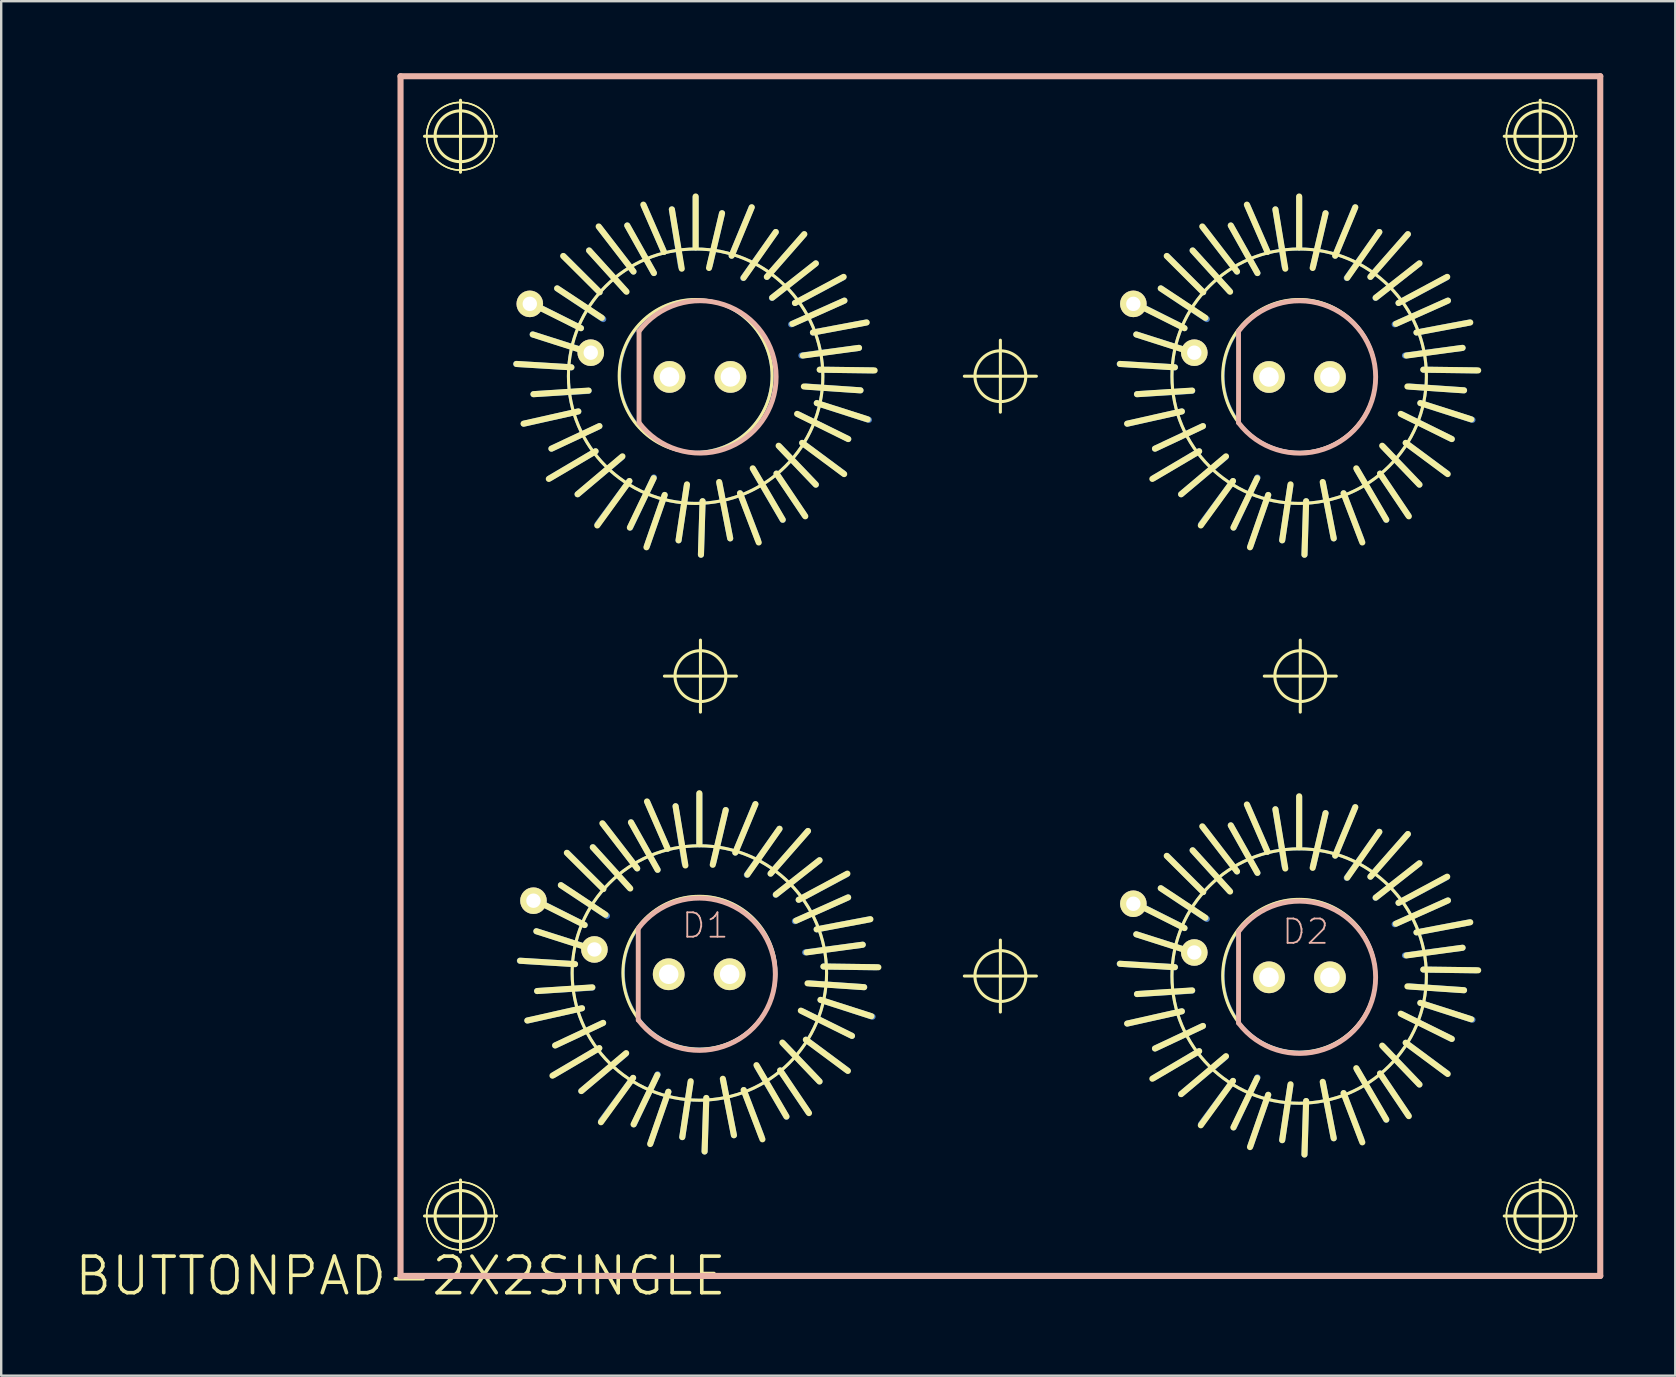
<source format=kicad_pcb>
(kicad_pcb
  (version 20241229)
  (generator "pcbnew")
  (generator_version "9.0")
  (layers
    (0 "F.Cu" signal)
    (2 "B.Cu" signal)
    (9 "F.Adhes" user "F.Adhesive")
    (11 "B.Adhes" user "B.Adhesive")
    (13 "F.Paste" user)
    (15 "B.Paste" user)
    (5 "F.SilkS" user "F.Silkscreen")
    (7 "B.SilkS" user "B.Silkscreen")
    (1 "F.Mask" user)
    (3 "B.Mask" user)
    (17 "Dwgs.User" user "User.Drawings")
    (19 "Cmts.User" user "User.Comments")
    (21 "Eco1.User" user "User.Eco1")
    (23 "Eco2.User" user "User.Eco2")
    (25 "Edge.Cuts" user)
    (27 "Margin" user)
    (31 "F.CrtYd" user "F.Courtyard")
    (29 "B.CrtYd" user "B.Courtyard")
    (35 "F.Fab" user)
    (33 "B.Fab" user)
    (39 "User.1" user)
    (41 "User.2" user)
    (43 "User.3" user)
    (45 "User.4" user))
  (footprint "BUTTONPAD-2X2SINGLE"
    (layer "F.Cu")
    (at 13.643 50.127)
    (property "Reference" "BUTTONPAD-2X2SINGLE" (at 0 0 0) (layer "F.SilkS") (effects (font (size 1.524 1.524) (thickness 0.15))))
    (attr exclude_from_pos_files exclude_from_bom)
    (fp_line (start 4.818 -38.009) (end 7.12 -37.869) (stroke (width 0.254) (type solid)) (layer "B.Cu"))
    (fp_line (start 4.973 -13.137) (end 7.272 -12.995) (stroke (width 0.254) (type solid)) (layer "B.Cu"))
    (fp_line (start 5.138 -35.519) (end 7.409 -36.03) (stroke (width 0.254) (type solid)) (layer "B.Cu"))
    (fp_line (start 5.293 -10.645) (end 7.562 -11.156) (stroke (width 0.254) (type solid)) (layer "B.Cu"))
    (fp_line (start 5.458 -40.538) (end 7.518 -39.5) (stroke (width 0.254) (type solid)) (layer "B.Cu"))
    (fp_line (start 5.613 -15.667) (end 7.673 -14.625) (stroke (width 0.254) (type solid)) (layer "B.Cu"))
    (fp_line (start 6.228 -33.249) (end 8.128 -34.369) (stroke (width 0.254) (type solid)) (layer "B.Cu"))
    (fp_line (start 6.383 -8.377) (end 8.283 -9.495) (stroke (width 0.254) (type solid)) (layer "B.Cu"))
    (fp_line (start 6.8 -42.499) (end 8.298 -40.998) (stroke (width 0.254) (type solid)) (layer "B.Cu"))
    (fp_line (start 6.952 -17.625) (end 8.453 -16.126) (stroke (width 0.254) (type solid)) (layer "B.Cu"))
    (fp_line (start 7.838 -38.499) (end 5.509 -39.238) (stroke (width 0.254) (type solid)) (layer "B.Cu"))
    (fp_line (start 7.838 -36.888) (end 5.54 -36.749) (stroke (width 0.254) (type solid)) (layer "B.Cu"))
    (fp_line (start 7.993 -13.625) (end 5.662 -14.366) (stroke (width 0.254) (type solid)) (layer "B.Cu"))
    (fp_line (start 7.993 -12.017) (end 5.692 -11.874) (stroke (width 0.254) (type solid)) (layer "B.Cu"))
    (fp_line (start 8.209 -31.328) (end 9.538 -33.129) (stroke (width 0.254) (type solid)) (layer "B.Cu"))
    (fp_line (start 8.288 -43.698) (end 9.708 -41.859) (stroke (width 0.254) (type solid)) (layer "B.Cu"))
    (fp_line (start 8.288 -35.418) (end 6.289 -34.478) (stroke (width 0.254) (type solid)) (layer "B.Cu"))
    (fp_line (start 8.362 -6.457) (end 9.693 -8.255) (stroke (width 0.254) (type solid)) (layer "B.Cu"))
    (fp_line (start 8.443 -18.826) (end 9.863 -16.985) (stroke (width 0.254) (type solid)) (layer "B.Cu"))
    (fp_line (start 8.443 -10.546) (end 6.444 -9.606) (stroke (width 0.254) (type solid)) (layer "B.Cu"))
    (fp_line (start 8.448 -39.878) (end 6.528 -41.158) (stroke (width 0.254) (type solid)) (layer "B.Cu"))
    (fp_line (start 8.603 -15.006) (end 6.683 -16.286) (stroke (width 0.254) (type solid)) (layer "B.Cu"))
    (fp_line (start 9.228 -34.13) (end 7.379 -32.578) (stroke (width 0.254) (type solid)) (layer "B.Cu"))
    (fp_line (start 9.383 -9.256) (end 7.534 -7.706) (stroke (width 0.254) (type solid)) (layer "B.Cu"))
    (fp_line (start 9.388 -41.049) (end 7.859 -42.738) (stroke (width 0.254) (type solid)) (layer "B.Cu"))
    (fp_line (start 9.543 -16.175) (end 8.014 -17.866) (stroke (width 0.254) (type solid)) (layer "B.Cu"))
    (fp_line (start 10.14 -44.607) (end 10.978 -42.68) (stroke (width 0.254) (type solid)) (layer "B.Cu"))
    (fp_line (start 10.269 -30.419) (end 11.008 -32.548) (stroke (width 0.254) (type solid)) (layer "B.Cu"))
    (fp_line (start 10.292 -19.736) (end 11.133 -17.805) (stroke (width 0.254) (type solid)) (layer "B.Cu"))
    (fp_line (start 10.422 -5.545) (end 11.163 -7.676) (stroke (width 0.254) (type solid)) (layer "B.Cu"))
    (fp_line (start 10.559 -41.798) (end 9.449 -43.779) (stroke (width 0.254) (type solid)) (layer "B.Cu"))
    (fp_line (start 10.559 -33.279) (end 9.568 -31.189) (stroke (width 0.254) (type solid)) (layer "B.Cu"))
    (fp_line (start 10.714 -16.927) (end 9.604 -18.905) (stroke (width 0.254) (type solid)) (layer "B.Cu"))
    (fp_line (start 10.714 -8.405) (end 9.723 -6.317) (stroke (width 0.254) (type solid)) (layer "B.Cu"))
    (fp_line (start 11.689 -42.067) (end 11.308 -44.45) (stroke (width 0.254) (type solid)) (layer "B.Cu"))
    (fp_line (start 11.841 -17.196) (end 11.463 -19.576) (stroke (width 0.254) (type solid)) (layer "B.Cu"))
    (fp_line (start 11.928 -32.929) (end 11.587 -30.658) (stroke (width 0.254) (type solid)) (layer "B.Cu"))
    (fp_line (start 12.083 -8.057) (end 11.742 -5.786) (stroke (width 0.254) (type solid)) (layer "B.Cu"))
    (fp_line (start 12.299 -44.958) (end 12.299 -42.868) (stroke (width 0.254) (type solid)) (layer "B.Cu"))
    (fp_line (start 12.454 -20.086) (end 12.454 -17.996) (stroke (width 0.254) (type solid)) (layer "B.Cu"))
    (fp_line (start 12.52 -30.058) (end 12.588 -32.288) (stroke (width 0.254) (type solid)) (layer "B.Cu"))
    (fp_line (start 12.672 -5.187) (end 12.743 -7.417) (stroke (width 0.254) (type solid)) (layer "B.Cu"))
    (fp_line (start 12.888 -42.118) (end 13.399 -44.29) (stroke (width 0.254) (type solid)) (layer "B.Cu"))
    (fp_line (start 13.043 -17.247) (end 13.553 -19.416) (stroke (width 0.254) (type solid)) (layer "B.Cu"))
    (fp_line (start 13.289 -33.038) (end 13.739 -30.739) (stroke (width 0.254) (type solid)) (layer "B.Cu"))
    (fp_line (start 13.442 -8.166) (end 13.894 -5.865) (stroke (width 0.254) (type solid)) (layer "B.Cu"))
    (fp_line (start 14.28 -41.59) (end 15.639 -43.508) (stroke (width 0.254) (type solid)) (layer "B.Cu"))
    (fp_line (start 14.432 -16.716) (end 15.794 -18.636) (stroke (width 0.254) (type solid)) (layer "B.Cu"))
    (fp_line (start 14.628 -44.529) (end 13.8 -42.52) (stroke (width 0.254) (type solid)) (layer "B.Cu"))
    (fp_line (start 14.709 -33.599) (end 15.928 -31.509) (stroke (width 0.254) (type solid)) (layer "B.Cu"))
    (fp_line (start 14.783 -19.655) (end 13.952 -17.645) (stroke (width 0.254) (type solid)) (layer "B.Cu"))
    (fp_line (start 14.862 -8.725) (end 16.083 -6.634) (stroke (width 0.254) (type solid)) (layer "B.Cu"))
    (fp_line (start 14.889 -30.688) (end 14.148 -32.619) (stroke (width 0.254) (type solid)) (layer "B.Cu"))
    (fp_line (start 15.042 -5.817) (end 14.303 -7.747) (stroke (width 0.254) (type solid)) (layer "B.Cu"))
    (fp_line (start 15.479 -40.759) (end 17.308 -42.2) (stroke (width 0.254) (type solid)) (layer "B.Cu"))
    (fp_line (start 15.634 -15.885) (end 17.462 -17.325) (stroke (width 0.254) (type solid)) (layer "B.Cu"))
    (fp_line (start 15.799 -34.559) (end 17.308 -32.979) (stroke (width 0.254) (type solid)) (layer "B.Cu"))
    (fp_line (start 15.954 -9.685) (end 17.462 -8.105) (stroke (width 0.254) (type solid)) (layer "B.Cu"))
    (fp_line (start 16.279 -39.66) (end 18.499 -40.648) (stroke (width 0.254) (type solid)) (layer "B.Cu"))
    (fp_line (start 16.434 -14.785) (end 18.654 -15.776) (stroke (width 0.254) (type solid)) (layer "B.Cu"))
    (fp_line (start 16.599 -35.898) (end 18.659 -34.879) (stroke (width 0.254) (type solid)) (layer "B.Cu"))
    (fp_line (start 16.708 -38.359) (end 19.108 -38.679) (stroke (width 0.254) (type solid)) (layer "B.Cu"))
    (fp_line (start 16.754 -11.026) (end 18.814 -10.005) (stroke (width 0.254) (type solid)) (layer "B.Cu"))
    (fp_line (start 16.82 -43.409) (end 15.268 -41.638) (stroke (width 0.254) (type solid)) (layer "B.Cu"))
    (fp_line (start 16.838 -31.699) (end 15.669 -33.439) (stroke (width 0.254) (type solid)) (layer "B.Cu"))
    (fp_line (start 16.863 -13.485) (end 19.263 -13.805) (stroke (width 0.254) (type solid)) (layer "B.Cu"))
    (fp_line (start 16.899 -37.069) (end 19.169 -36.909) (stroke (width 0.254) (type solid)) (layer "B.Cu"))
    (fp_line (start 16.972 -18.537) (end 15.423 -16.767) (stroke (width 0.254) (type solid)) (layer "B.Cu"))
    (fp_line (start 16.993 -6.825) (end 15.822 -8.565) (stroke (width 0.254) (type solid)) (layer "B.Cu"))
    (fp_line (start 17.054 -12.195) (end 19.322 -12.035) (stroke (width 0.254) (type solid)) (layer "B.Cu"))
    (fp_line (start 18.448 -41.618) (end 16.439 -40.549) (stroke (width 0.254) (type solid)) (layer "B.Cu"))
    (fp_line (start 18.468 -33.439) (end 16.739 -34.719) (stroke (width 0.254) (type solid)) (layer "B.Cu"))
    (fp_line (start 18.603 -16.746) (end 16.594 -15.677) (stroke (width 0.254) (type solid)) (layer "B.Cu"))
    (fp_line (start 18.623 -8.565) (end 16.894 -9.845) (stroke (width 0.254) (type solid)) (layer "B.Cu"))
    (fp_line (start 19.408 -39.738) (end 17.188 -39.319) (stroke (width 0.254) (type solid)) (layer "B.Cu"))
    (fp_line (start 19.52 -35.679) (end 17.348 -36.378) (stroke (width 0.254) (type solid)) (layer "B.Cu"))
    (fp_line (start 19.563 -14.867) (end 17.343 -14.445) (stroke (width 0.254) (type solid)) (layer "B.Cu"))
    (fp_line (start 19.672 -10.805) (end 17.503 -11.506) (stroke (width 0.254) (type solid)) (layer "B.Cu"))
    (fp_line (start 19.68 -37.739) (end 17.478 -37.77) (stroke (width 0.254) (type solid)) (layer "B.Cu"))
    (fp_line (start 19.832 -12.865) (end 17.633 -12.896) (stroke (width 0.254) (type solid)) (layer "B.Cu"))
    (fp_line (start 29.972 -38.009) (end 32.273 -37.869) (stroke (width 0.254) (type solid)) (layer "B.Cu"))
    (fp_line (start 29.972 -13.01) (end 32.273 -12.868) (stroke (width 0.254) (type solid)) (layer "B.Cu"))
    (fp_line (start 30.292 -35.519) (end 32.563 -36.03) (stroke (width 0.254) (type solid)) (layer "B.Cu"))
    (fp_line (start 30.292 -10.518) (end 32.563 -11.029) (stroke (width 0.254) (type solid)) (layer "B.Cu"))
    (fp_line (start 30.612 -40.538) (end 32.672 -39.5) (stroke (width 0.254) (type solid)) (layer "B.Cu"))
    (fp_line (start 30.612 -15.54) (end 32.672 -14.498) (stroke (width 0.254) (type solid)) (layer "B.Cu"))
    (fp_line (start 31.382 -33.249) (end 33.282 -34.369) (stroke (width 0.254) (type solid)) (layer "B.Cu"))
    (fp_line (start 31.382 -8.25) (end 33.282 -9.368) (stroke (width 0.254) (type solid)) (layer "B.Cu"))
    (fp_line (start 31.953 -42.499) (end 33.452 -40.998) (stroke (width 0.254) (type solid)) (layer "B.Cu"))
    (fp_line (start 31.953 -17.498) (end 33.452 -15.999) (stroke (width 0.254) (type solid)) (layer "B.Cu"))
    (fp_line (start 32.992 -38.499) (end 30.663 -39.238) (stroke (width 0.254) (type solid)) (layer "B.Cu"))
    (fp_line (start 32.992 -36.888) (end 30.693 -36.749) (stroke (width 0.254) (type solid)) (layer "B.Cu"))
    (fp_line (start 32.992 -13.498) (end 30.663 -14.239) (stroke (width 0.254) (type solid)) (layer "B.Cu"))
    (fp_line (start 32.992 -11.89) (end 30.693 -11.748) (stroke (width 0.254) (type solid)) (layer "B.Cu"))
    (fp_line (start 33.363 -31.328) (end 34.694 -33.129) (stroke (width 0.254) (type solid)) (layer "B.Cu"))
    (fp_line (start 33.363 -6.33) (end 34.694 -8.128) (stroke (width 0.254) (type solid)) (layer "B.Cu"))
    (fp_line (start 33.442 -43.698) (end 34.861 -41.859) (stroke (width 0.254) (type solid)) (layer "B.Cu"))
    (fp_line (start 33.442 -35.418) (end 31.443 -34.478) (stroke (width 0.254) (type solid)) (layer "B.Cu"))
    (fp_line (start 33.442 -18.699) (end 34.861 -16.858) (stroke (width 0.254) (type solid)) (layer "B.Cu"))
    (fp_line (start 33.442 -10.419) (end 31.443 -9.479) (stroke (width 0.254) (type solid)) (layer "B.Cu"))
    (fp_line (start 33.602 -39.878) (end 31.684 -41.158) (stroke (width 0.254) (type solid)) (layer "B.Cu"))
    (fp_line (start 33.602 -14.879) (end 31.684 -16.159) (stroke (width 0.254) (type solid)) (layer "B.Cu"))
    (fp_line (start 34.384 -34.13) (end 32.532 -32.578) (stroke (width 0.254) (type solid)) (layer "B.Cu"))
    (fp_line (start 34.384 -9.129) (end 32.532 -7.579) (stroke (width 0.254) (type solid)) (layer "B.Cu"))
    (fp_line (start 34.544 -41.049) (end 33.012 -42.738) (stroke (width 0.254) (type solid)) (layer "B.Cu"))
    (fp_line (start 34.544 -16.048) (end 33.012 -17.739) (stroke (width 0.254) (type solid)) (layer "B.Cu"))
    (fp_line (start 35.293 -44.607) (end 36.132 -42.68) (stroke (width 0.254) (type solid)) (layer "B.Cu"))
    (fp_line (start 35.293 -19.609) (end 36.132 -17.678) (stroke (width 0.254) (type solid)) (layer "B.Cu"))
    (fp_line (start 35.423 -30.419) (end 36.162 -32.548) (stroke (width 0.254) (type solid)) (layer "B.Cu"))
    (fp_line (start 35.423 -5.418) (end 36.162 -7.549) (stroke (width 0.254) (type solid)) (layer "B.Cu"))
    (fp_line (start 35.712 -41.798) (end 34.602 -43.779) (stroke (width 0.254) (type solid)) (layer "B.Cu"))
    (fp_line (start 35.712 -33.279) (end 34.722 -31.189) (stroke (width 0.254) (type solid)) (layer "B.Cu"))
    (fp_line (start 35.712 -16.8) (end 34.602 -18.778) (stroke (width 0.254) (type solid)) (layer "B.Cu"))
    (fp_line (start 35.712 -8.278) (end 34.722 -6.19) (stroke (width 0.254) (type solid)) (layer "B.Cu"))
    (fp_line (start 36.843 -42.067) (end 36.462 -44.45) (stroke (width 0.254) (type solid)) (layer "B.Cu"))
    (fp_line (start 36.843 -17.069) (end 36.462 -19.449) (stroke (width 0.254) (type solid)) (layer "B.Cu"))
    (fp_line (start 37.084 -32.929) (end 36.744 -30.658) (stroke (width 0.254) (type solid)) (layer "B.Cu"))
    (fp_line (start 37.084 -7.93) (end 36.744 -5.659) (stroke (width 0.254) (type solid)) (layer "B.Cu"))
    (fp_line (start 37.452 -44.958) (end 37.452 -42.868) (stroke (width 0.254) (type solid)) (layer "B.Cu"))
    (fp_line (start 37.452 -19.959) (end 37.452 -17.869) (stroke (width 0.254) (type solid)) (layer "B.Cu"))
    (fp_line (start 37.673 -30.058) (end 37.742 -32.288) (stroke (width 0.254) (type solid)) (layer "B.Cu"))
    (fp_line (start 37.673 -5.06) (end 37.742 -7.29) (stroke (width 0.254) (type solid)) (layer "B.Cu"))
    (fp_line (start 38.042 -42.118) (end 38.552 -44.29) (stroke (width 0.254) (type solid)) (layer "B.Cu"))
    (fp_line (start 38.042 -17.12) (end 38.552 -19.289) (stroke (width 0.254) (type solid)) (layer "B.Cu"))
    (fp_line (start 38.443 -33.038) (end 38.892 -30.739) (stroke (width 0.254) (type solid)) (layer "B.Cu"))
    (fp_line (start 38.443 -8.039) (end 38.892 -5.738) (stroke (width 0.254) (type solid)) (layer "B.Cu"))
    (fp_line (start 39.434 -41.59) (end 40.792 -43.508) (stroke (width 0.254) (type solid)) (layer "B.Cu"))
    (fp_line (start 39.434 -16.589) (end 40.792 -18.509) (stroke (width 0.254) (type solid)) (layer "B.Cu"))
    (fp_line (start 39.781 -44.529) (end 38.953 -42.52) (stroke (width 0.254) (type solid)) (layer "B.Cu"))
    (fp_line (start 39.781 -19.528) (end 38.953 -17.518) (stroke (width 0.254) (type solid)) (layer "B.Cu"))
    (fp_line (start 39.863 -33.599) (end 41.082 -31.509) (stroke (width 0.254) (type solid)) (layer "B.Cu"))
    (fp_line (start 39.863 -8.598) (end 41.082 -6.507) (stroke (width 0.254) (type solid)) (layer "B.Cu"))
    (fp_line (start 40.043 -30.688) (end 39.304 -32.619) (stroke (width 0.254) (type solid)) (layer "B.Cu"))
    (fp_line (start 40.043 -5.69) (end 39.304 -7.62) (stroke (width 0.254) (type solid)) (layer "B.Cu"))
    (fp_line (start 40.632 -40.759) (end 42.464 -42.2) (stroke (width 0.254) (type solid)) (layer "B.Cu"))
    (fp_line (start 40.632 -15.758) (end 42.464 -17.198) (stroke (width 0.254) (type solid)) (layer "B.Cu"))
    (fp_line (start 40.952 -34.559) (end 42.464 -32.979) (stroke (width 0.254) (type solid)) (layer "B.Cu"))
    (fp_line (start 40.952 -9.558) (end 42.464 -7.978) (stroke (width 0.254) (type solid)) (layer "B.Cu"))
    (fp_line (start 41.432 -39.66) (end 43.652 -40.648) (stroke (width 0.254) (type solid)) (layer "B.Cu"))
    (fp_line (start 41.432 -14.658) (end 43.652 -15.649) (stroke (width 0.254) (type solid)) (layer "B.Cu"))
    (fp_line (start 41.753 -35.898) (end 43.812 -34.879) (stroke (width 0.254) (type solid)) (layer "B.Cu"))
    (fp_line (start 41.753 -10.899) (end 43.812 -9.878) (stroke (width 0.254) (type solid)) (layer "B.Cu"))
    (fp_line (start 41.862 -38.359) (end 44.262 -38.679) (stroke (width 0.254) (type solid)) (layer "B.Cu"))
    (fp_line (start 41.862 -13.358) (end 44.262 -13.678) (stroke (width 0.254) (type solid)) (layer "B.Cu"))
    (fp_line (start 41.974 -43.409) (end 40.422 -41.638) (stroke (width 0.254) (type solid)) (layer "B.Cu"))
    (fp_line (start 41.974 -18.41) (end 40.422 -16.64) (stroke (width 0.254) (type solid)) (layer "B.Cu"))
    (fp_line (start 41.994 -31.699) (end 40.823 -33.439) (stroke (width 0.254) (type solid)) (layer "B.Cu"))
    (fp_line (start 41.994 -6.698) (end 40.823 -8.438) (stroke (width 0.254) (type solid)) (layer "B.Cu"))
    (fp_line (start 42.052 -37.069) (end 44.323 -36.909) (stroke (width 0.254) (type solid)) (layer "B.Cu"))
    (fp_line (start 42.052 -12.068) (end 44.323 -11.908) (stroke (width 0.254) (type solid)) (layer "B.Cu"))
    (fp_line (start 43.602 -41.618) (end 41.593 -40.549) (stroke (width 0.254) (type solid)) (layer "B.Cu"))
    (fp_line (start 43.602 -16.619) (end 41.593 -15.55) (stroke (width 0.254) (type solid)) (layer "B.Cu"))
    (fp_line (start 43.622 -33.439) (end 41.892 -34.719) (stroke (width 0.254) (type solid)) (layer "B.Cu"))
    (fp_line (start 43.622 -8.438) (end 41.892 -9.718) (stroke (width 0.254) (type solid)) (layer "B.Cu"))
    (fp_line (start 44.562 -39.738) (end 42.342 -39.319) (stroke (width 0.254) (type solid)) (layer "B.Cu"))
    (fp_line (start 44.562 -14.74) (end 42.342 -14.318) (stroke (width 0.254) (type solid)) (layer "B.Cu"))
    (fp_line (start 44.674 -35.679) (end 42.502 -36.378) (stroke (width 0.254) (type solid)) (layer "B.Cu"))
    (fp_line (start 44.674 -10.678) (end 42.502 -11.379) (stroke (width 0.254) (type solid)) (layer "B.Cu"))
    (fp_line (start 44.834 -37.739) (end 42.634 -37.77) (stroke (width 0.254) (type solid)) (layer "B.Cu"))
    (fp_line (start 44.834 -12.738) (end 42.634 -12.769) (stroke (width 0.254) (type solid)) (layer "B.Cu"))
    (fp_circle (center 12.299 -37.498) (end 16.048 -41.247) (stroke (width 0.127) (type solid)) (fill no) (layer "B.Cu"))
    (fp_circle (center 12.309 -37.508) (end 14.557 -39.756) (stroke (width 0.127) (type solid)) (fill no) (layer "B.Cu"))
    (fp_circle (center 12.454 -12.626) (end 16.203 -16.375) (stroke (width 0.127) (type solid)) (fill no) (layer "B.Cu"))
    (fp_circle (center 12.464 -12.636) (end 14.712 -14.884) (stroke (width 0.127) (type solid)) (fill no) (layer "B.Cu"))
    (fp_circle (center 37.452 -37.498) (end 41.201 -41.247) (stroke (width 0.127) (type solid)) (fill no) (layer "B.Cu"))
    (fp_circle (center 37.452 -12.499) (end 41.201 -16.248) (stroke (width 0.127) (type solid)) (fill no) (layer "B.Cu"))
    (fp_circle (center 37.462 -37.508) (end 39.71 -39.756) (stroke (width 0.127) (type solid)) (fill no) (layer "B.Cu"))
    (fp_circle (center 37.462 -12.509) (end 39.71 -14.757) (stroke (width 0.127) (type solid)) (fill no) (layer "B.Cu"))
    (fp_line (start 0.998 -47.498) (end 3.998 -47.498) (stroke (width 0.127) (type solid)) (layer "F.SilkS"))
    (fp_line (start 0.998 -2.499) (end 3.998 -2.499) (stroke (width 0.127) (type solid)) (layer "F.SilkS"))
    (fp_line (start 2.499 -45.999) (end 2.499 -48.999) (stroke (width 0.127) (type solid)) (layer "F.SilkS"))
    (fp_line (start 2.499 -0.998) (end 2.499 -3.998) (stroke (width 0.127) (type solid)) (layer "F.SilkS"))
    (fp_line (start 4.829 -38.009) (end 7.12 -37.869) (stroke (width 0.254) (type solid)) (layer "F.SilkS"))
    (fp_line (start 4.983 -13.137) (end 7.272 -12.995) (stroke (width 0.254) (type solid)) (layer "F.SilkS"))
    (fp_line (start 5.458 -40.528) (end 7.518 -39.5) (stroke (width 0.254) (type solid)) (layer "F.SilkS"))
    (fp_line (start 5.509 -39.238) (end 7.879 -38.478) (stroke (width 0.254) (type solid)) (layer "F.SilkS"))
    (fp_line (start 5.54 -36.749) (end 7.838 -36.899) (stroke (width 0.254) (type solid)) (layer "F.SilkS"))
    (fp_line (start 5.613 -15.657) (end 7.673 -14.625) (stroke (width 0.254) (type solid)) (layer "F.SilkS"))
    (fp_line (start 5.662 -14.366) (end 8.031 -13.607) (stroke (width 0.254) (type solid)) (layer "F.SilkS"))
    (fp_line (start 5.692 -11.874) (end 7.993 -12.027) (stroke (width 0.254) (type solid)) (layer "F.SilkS"))
    (fp_line (start 6.18 -33.218) (end 8.128 -34.369) (stroke (width 0.254) (type solid)) (layer "F.SilkS"))
    (fp_line (start 6.289 -34.478) (end 8.288 -35.418) (stroke (width 0.254) (type solid)) (layer "F.SilkS"))
    (fp_line (start 6.332 -8.346) (end 8.283 -9.495) (stroke (width 0.254) (type solid)) (layer "F.SilkS"))
    (fp_line (start 6.444 -9.606) (end 8.443 -10.546) (stroke (width 0.254) (type solid)) (layer "F.SilkS"))
    (fp_line (start 6.528 -41.158) (end 8.39 -39.929) (stroke (width 0.254) (type solid)) (layer "F.SilkS"))
    (fp_line (start 6.683 -16.286) (end 8.542 -15.055) (stroke (width 0.254) (type solid)) (layer "F.SilkS"))
    (fp_line (start 6.779 -42.509) (end 8.298 -40.998) (stroke (width 0.254) (type solid)) (layer "F.SilkS"))
    (fp_line (start 6.932 -17.635) (end 8.453 -16.126) (stroke (width 0.254) (type solid)) (layer "F.SilkS"))
    (fp_line (start 7.409 -36.03) (end 5.128 -35.519) (stroke (width 0.254) (type solid)) (layer "F.SilkS"))
    (fp_line (start 7.562 -11.156) (end 5.283 -10.645) (stroke (width 0.254) (type solid)) (layer "F.SilkS"))
    (fp_line (start 7.859 -42.738) (end 9.418 -41.018) (stroke (width 0.254) (type solid)) (layer "F.SilkS"))
    (fp_line (start 8.014 -17.866) (end 9.573 -16.147) (stroke (width 0.254) (type solid)) (layer "F.SilkS"))
    (fp_line (start 8.258 -43.739) (end 9.708 -41.859) (stroke (width 0.254) (type solid)) (layer "F.SilkS"))
    (fp_line (start 8.412 -18.865) (end 9.863 -16.985) (stroke (width 0.254) (type solid)) (layer "F.SilkS"))
    (fp_line (start 9.248 -34.158) (end 7.379 -32.578) (stroke (width 0.254) (type solid)) (layer "F.SilkS"))
    (fp_line (start 9.403 -9.286) (end 7.534 -7.706) (stroke (width 0.254) (type solid)) (layer "F.SilkS"))
    (fp_line (start 9.449 -43.779) (end 10.559 -41.798) (stroke (width 0.254) (type solid)) (layer "F.SilkS"))
    (fp_line (start 9.538 -33.129) (end 8.199 -31.278) (stroke (width 0.254) (type solid)) (layer "F.SilkS"))
    (fp_line (start 9.558 -31.189) (end 10.549 -33.249) (stroke (width 0.254) (type solid)) (layer "F.SilkS"))
    (fp_line (start 9.604 -18.905) (end 10.714 -16.927) (stroke (width 0.254) (type solid)) (layer "F.SilkS"))
    (fp_line (start 9.693 -8.255) (end 8.352 -6.406) (stroke (width 0.254) (type solid)) (layer "F.SilkS"))
    (fp_line (start 9.713 -6.317) (end 10.704 -8.377) (stroke (width 0.254) (type solid)) (layer "F.SilkS"))
    (fp_line (start 10.978 -42.68) (end 10.119 -44.648) (stroke (width 0.254) (type solid)) (layer "F.SilkS"))
    (fp_line (start 10.998 -24.999) (end 13.998 -24.999) (stroke (width 0.127) (type solid)) (layer "F.SilkS"))
    (fp_line (start 11.008 -32.548) (end 10.249 -30.368) (stroke (width 0.254) (type solid)) (layer "F.SilkS"))
    (fp_line (start 11.133 -17.805) (end 10.272 -19.776) (stroke (width 0.254) (type solid)) (layer "F.SilkS"))
    (fp_line (start 11.163 -7.676) (end 10.404 -5.497) (stroke (width 0.254) (type solid)) (layer "F.SilkS"))
    (fp_line (start 11.587 -30.658) (end 11.938 -32.99) (stroke (width 0.254) (type solid)) (layer "F.SilkS"))
    (fp_line (start 11.72 -41.979) (end 11.308 -44.45) (stroke (width 0.254) (type solid)) (layer "F.SilkS"))
    (fp_line (start 11.742 -5.786) (end 12.093 -8.115) (stroke (width 0.254) (type solid)) (layer "F.SilkS"))
    (fp_line (start 11.872 -17.107) (end 11.463 -19.576) (stroke (width 0.254) (type solid)) (layer "F.SilkS"))
    (fp_line (start 12.299 -42.868) (end 12.299 -44.988) (stroke (width 0.254) (type solid)) (layer "F.SilkS"))
    (fp_line (start 12.454 -17.996) (end 12.454 -20.117) (stroke (width 0.254) (type solid)) (layer "F.SilkS"))
    (fp_line (start 12.499 -23.498) (end 12.499 -26.5) (stroke (width 0.127) (type solid)) (layer "F.SilkS"))
    (fp_line (start 12.588 -32.288) (end 12.52 -30.058) (stroke (width 0.254) (type solid)) (layer "F.SilkS"))
    (fp_line (start 12.743 -7.417) (end 12.672 -5.187) (stroke (width 0.254) (type solid)) (layer "F.SilkS"))
    (fp_line (start 12.857 -42.009) (end 13.399 -44.29) (stroke (width 0.254) (type solid)) (layer "F.SilkS"))
    (fp_line (start 13.012 -17.135) (end 13.553 -19.416) (stroke (width 0.254) (type solid)) (layer "F.SilkS"))
    (fp_line (start 13.739 -30.739) (end 13.279 -33.089) (stroke (width 0.254) (type solid)) (layer "F.SilkS"))
    (fp_line (start 13.8 -42.52) (end 14.638 -44.539) (stroke (width 0.254) (type solid)) (layer "F.SilkS"))
    (fp_line (start 13.894 -5.865) (end 13.432 -8.217) (stroke (width 0.254) (type solid)) (layer "F.SilkS"))
    (fp_line (start 13.952 -17.645) (end 14.793 -19.665) (stroke (width 0.254) (type solid)) (layer "F.SilkS"))
    (fp_line (start 14.148 -32.619) (end 14.928 -30.569) (stroke (width 0.254) (type solid)) (layer "F.SilkS"))
    (fp_line (start 14.298 -41.598) (end 15.639 -43.508) (stroke (width 0.254) (type solid)) (layer "F.SilkS"))
    (fp_line (start 14.303 -7.747) (end 15.083 -5.695) (stroke (width 0.254) (type solid)) (layer "F.SilkS"))
    (fp_line (start 14.453 -16.726) (end 15.794 -18.636) (stroke (width 0.254) (type solid)) (layer "F.SilkS"))
    (fp_line (start 15.489 -40.77) (end 17.308 -42.2) (stroke (width 0.254) (type solid)) (layer "F.SilkS"))
    (fp_line (start 15.644 -15.895) (end 17.462 -17.325) (stroke (width 0.254) (type solid)) (layer "F.SilkS"))
    (fp_line (start 15.669 -33.439) (end 16.868 -31.659) (stroke (width 0.254) (type solid)) (layer "F.SilkS"))
    (fp_line (start 15.758 -34.6) (end 17.308 -32.979) (stroke (width 0.254) (type solid)) (layer "F.SilkS"))
    (fp_line (start 15.822 -8.565) (end 17.023 -6.787) (stroke (width 0.254) (type solid)) (layer "F.SilkS"))
    (fp_line (start 15.913 -9.726) (end 17.462 -8.105) (stroke (width 0.254) (type solid)) (layer "F.SilkS"))
    (fp_line (start 15.928 -31.519) (end 14.679 -33.658) (stroke (width 0.254) (type solid)) (layer "F.SilkS"))
    (fp_line (start 16.083 -6.645) (end 14.834 -8.786) (stroke (width 0.254) (type solid)) (layer "F.SilkS"))
    (fp_line (start 16.33 -39.68) (end 18.499 -40.648) (stroke (width 0.254) (type solid)) (layer "F.SilkS"))
    (fp_line (start 16.439 -40.549) (end 18.468 -41.638) (stroke (width 0.254) (type solid)) (layer "F.SilkS"))
    (fp_line (start 16.482 -14.806) (end 18.654 -15.776) (stroke (width 0.254) (type solid)) (layer "F.SilkS"))
    (fp_line (start 16.528 -35.928) (end 18.659 -34.879) (stroke (width 0.254) (type solid)) (layer "F.SilkS"))
    (fp_line (start 16.594 -15.677) (end 18.623 -16.767) (stroke (width 0.254) (type solid)) (layer "F.SilkS"))
    (fp_line (start 16.683 -11.057) (end 18.814 -10.005) (stroke (width 0.254) (type solid)) (layer "F.SilkS"))
    (fp_line (start 16.739 -34.719) (end 18.489 -33.419) (stroke (width 0.254) (type solid)) (layer "F.SilkS"))
    (fp_line (start 16.769 -38.359) (end 19.108 -38.679) (stroke (width 0.254) (type solid)) (layer "F.SilkS"))
    (fp_line (start 16.81 -37.069) (end 19.169 -36.909) (stroke (width 0.254) (type solid)) (layer "F.SilkS"))
    (fp_line (start 16.828 -43.419) (end 15.268 -41.638) (stroke (width 0.254) (type solid)) (layer "F.SilkS"))
    (fp_line (start 16.894 -9.845) (end 18.644 -8.545) (stroke (width 0.254) (type solid)) (layer "F.SilkS"))
    (fp_line (start 16.921 -13.485) (end 19.263 -13.805) (stroke (width 0.254) (type solid)) (layer "F.SilkS"))
    (fp_line (start 16.962 -12.195) (end 19.322 -12.035) (stroke (width 0.254) (type solid)) (layer "F.SilkS"))
    (fp_line (start 16.982 -18.545) (end 15.423 -16.767) (stroke (width 0.254) (type solid)) (layer "F.SilkS"))
    (fp_line (start 17.188 -39.319) (end 19.428 -39.738) (stroke (width 0.254) (type solid)) (layer "F.SilkS"))
    (fp_line (start 17.343 -14.445) (end 19.583 -14.867) (stroke (width 0.254) (type solid)) (layer "F.SilkS"))
    (fp_line (start 17.348 -36.378) (end 19.469 -35.7) (stroke (width 0.254) (type solid)) (layer "F.SilkS"))
    (fp_line (start 17.468 -37.77) (end 19.759 -37.739) (stroke (width 0.254) (type solid)) (layer "F.SilkS"))
    (fp_line (start 17.503 -11.506) (end 19.622 -10.825) (stroke (width 0.254) (type solid)) (layer "F.SilkS"))
    (fp_line (start 17.623 -12.896) (end 19.914 -12.865) (stroke (width 0.254) (type solid)) (layer "F.SilkS"))
    (fp_line (start 23.498 -37.498) (end 26.5 -37.498) (stroke (width 0.127) (type solid)) (layer "F.SilkS"))
    (fp_line (start 23.498 -12.499) (end 26.5 -12.499) (stroke (width 0.127) (type solid)) (layer "F.SilkS"))
    (fp_line (start 24.999 -35.999) (end 24.999 -38.999) (stroke (width 0.127) (type solid)) (layer "F.SilkS"))
    (fp_line (start 24.999 -10.998) (end 24.999 -13.998) (stroke (width 0.127) (type solid)) (layer "F.SilkS"))
    (fp_line (start 29.982 -38.009) (end 32.273 -37.869) (stroke (width 0.254) (type solid)) (layer "F.SilkS"))
    (fp_line (start 29.982 -13.01) (end 32.273 -12.868) (stroke (width 0.254) (type solid)) (layer "F.SilkS"))
    (fp_line (start 30.612 -40.528) (end 32.672 -39.5) (stroke (width 0.254) (type solid)) (layer "F.SilkS"))
    (fp_line (start 30.612 -15.53) (end 32.672 -14.498) (stroke (width 0.254) (type solid)) (layer "F.SilkS"))
    (fp_line (start 30.663 -39.238) (end 33.033 -38.478) (stroke (width 0.254) (type solid)) (layer "F.SilkS"))
    (fp_line (start 30.663 -14.239) (end 33.033 -13.48) (stroke (width 0.254) (type solid)) (layer "F.SilkS"))
    (fp_line (start 30.693 -36.749) (end 32.992 -36.899) (stroke (width 0.254) (type solid)) (layer "F.SilkS"))
    (fp_line (start 30.693 -11.748) (end 32.992 -11.9) (stroke (width 0.254) (type solid)) (layer "F.SilkS"))
    (fp_line (start 31.333 -33.218) (end 33.282 -34.369) (stroke (width 0.254) (type solid)) (layer "F.SilkS"))
    (fp_line (start 31.333 -8.219) (end 33.282 -9.368) (stroke (width 0.254) (type solid)) (layer "F.SilkS"))
    (fp_line (start 31.443 -34.478) (end 33.442 -35.418) (stroke (width 0.254) (type solid)) (layer "F.SilkS"))
    (fp_line (start 31.443 -9.479) (end 33.442 -10.419) (stroke (width 0.254) (type solid)) (layer "F.SilkS"))
    (fp_line (start 31.684 -41.158) (end 33.543 -39.929) (stroke (width 0.254) (type solid)) (layer "F.SilkS"))
    (fp_line (start 31.684 -16.159) (end 33.543 -14.928) (stroke (width 0.254) (type solid)) (layer "F.SilkS"))
    (fp_line (start 31.933 -42.509) (end 33.452 -40.998) (stroke (width 0.254) (type solid)) (layer "F.SilkS"))
    (fp_line (start 31.933 -17.508) (end 33.452 -15.999) (stroke (width 0.254) (type solid)) (layer "F.SilkS"))
    (fp_line (start 32.563 -36.03) (end 30.282 -35.519) (stroke (width 0.254) (type solid)) (layer "F.SilkS"))
    (fp_line (start 32.563 -11.029) (end 30.282 -10.518) (stroke (width 0.254) (type solid)) (layer "F.SilkS"))
    (fp_line (start 33.012 -42.738) (end 34.572 -41.018) (stroke (width 0.254) (type solid)) (layer "F.SilkS"))
    (fp_line (start 33.012 -17.739) (end 34.572 -16.02) (stroke (width 0.254) (type solid)) (layer "F.SilkS"))
    (fp_line (start 33.414 -43.739) (end 34.861 -41.859) (stroke (width 0.254) (type solid)) (layer "F.SilkS"))
    (fp_line (start 33.414 -18.738) (end 34.861 -16.858) (stroke (width 0.254) (type solid)) (layer "F.SilkS"))
    (fp_line (start 34.402 -34.158) (end 32.532 -32.578) (stroke (width 0.254) (type solid)) (layer "F.SilkS"))
    (fp_line (start 34.402 -9.159) (end 32.532 -7.579) (stroke (width 0.254) (type solid)) (layer "F.SilkS"))
    (fp_line (start 34.602 -43.779) (end 35.712 -41.798) (stroke (width 0.254) (type solid)) (layer "F.SilkS"))
    (fp_line (start 34.602 -18.778) (end 35.712 -16.8) (stroke (width 0.254) (type solid)) (layer "F.SilkS"))
    (fp_line (start 34.694 -33.129) (end 33.353 -31.278) (stroke (width 0.254) (type solid)) (layer "F.SilkS"))
    (fp_line (start 34.694 -8.128) (end 33.353 -6.279) (stroke (width 0.254) (type solid)) (layer "F.SilkS"))
    (fp_line (start 34.712 -31.189) (end 35.702 -33.249) (stroke (width 0.254) (type solid)) (layer "F.SilkS"))
    (fp_line (start 34.712 -6.19) (end 35.702 -8.25) (stroke (width 0.254) (type solid)) (layer "F.SilkS"))
    (fp_line (start 35.999 -24.999) (end 38.999 -24.999) (stroke (width 0.127) (type solid)) (layer "F.SilkS"))
    (fp_line (start 36.132 -42.68) (end 35.273 -44.648) (stroke (width 0.254) (type solid)) (layer "F.SilkS"))
    (fp_line (start 36.132 -17.678) (end 35.273 -19.649) (stroke (width 0.254) (type solid)) (layer "F.SilkS"))
    (fp_line (start 36.162 -32.548) (end 35.403 -30.368) (stroke (width 0.254) (type solid)) (layer "F.SilkS"))
    (fp_line (start 36.162 -7.549) (end 35.403 -5.37) (stroke (width 0.254) (type solid)) (layer "F.SilkS"))
    (fp_line (start 36.744 -30.658) (end 37.092 -32.99) (stroke (width 0.254) (type solid)) (layer "F.SilkS"))
    (fp_line (start 36.744 -5.659) (end 37.092 -7.988) (stroke (width 0.254) (type solid)) (layer "F.SilkS"))
    (fp_line (start 36.873 -41.979) (end 36.462 -44.45) (stroke (width 0.254) (type solid)) (layer "F.SilkS"))
    (fp_line (start 36.873 -16.98) (end 36.462 -19.449) (stroke (width 0.254) (type solid)) (layer "F.SilkS"))
    (fp_line (start 37.452 -42.868) (end 37.452 -44.988) (stroke (width 0.254) (type solid)) (layer "F.SilkS"))
    (fp_line (start 37.452 -17.869) (end 37.452 -19.99) (stroke (width 0.254) (type solid)) (layer "F.SilkS"))
    (fp_line (start 37.498 -23.498) (end 37.498 -26.5) (stroke (width 0.127) (type solid)) (layer "F.SilkS"))
    (fp_line (start 37.742 -32.288) (end 37.673 -30.058) (stroke (width 0.254) (type solid)) (layer "F.SilkS"))
    (fp_line (start 37.742 -7.29) (end 37.673 -5.06) (stroke (width 0.254) (type solid)) (layer "F.SilkS"))
    (fp_line (start 38.014 -42.009) (end 38.552 -44.29) (stroke (width 0.254) (type solid)) (layer "F.SilkS"))
    (fp_line (start 38.014 -17.008) (end 38.552 -19.289) (stroke (width 0.254) (type solid)) (layer "F.SilkS"))
    (fp_line (start 38.892 -30.739) (end 38.433 -33.089) (stroke (width 0.254) (type solid)) (layer "F.SilkS"))
    (fp_line (start 38.892 -5.738) (end 38.433 -8.09) (stroke (width 0.254) (type solid)) (layer "F.SilkS"))
    (fp_line (start 38.953 -42.52) (end 39.792 -44.539) (stroke (width 0.254) (type solid)) (layer "F.SilkS"))
    (fp_line (start 38.953 -17.518) (end 39.792 -19.538) (stroke (width 0.254) (type solid)) (layer "F.SilkS"))
    (fp_line (start 39.304 -32.619) (end 40.084 -30.569) (stroke (width 0.254) (type solid)) (layer "F.SilkS"))
    (fp_line (start 39.304 -7.62) (end 40.084 -5.568) (stroke (width 0.254) (type solid)) (layer "F.SilkS"))
    (fp_line (start 39.454 -41.598) (end 40.792 -43.508) (stroke (width 0.254) (type solid)) (layer "F.SilkS"))
    (fp_line (start 39.454 -16.599) (end 40.792 -18.509) (stroke (width 0.254) (type solid)) (layer "F.SilkS"))
    (fp_line (start 40.643 -40.77) (end 42.464 -42.2) (stroke (width 0.254) (type solid)) (layer "F.SilkS"))
    (fp_line (start 40.643 -15.768) (end 42.464 -17.198) (stroke (width 0.254) (type solid)) (layer "F.SilkS"))
    (fp_line (start 40.823 -33.439) (end 42.022 -31.659) (stroke (width 0.254) (type solid)) (layer "F.SilkS"))
    (fp_line (start 40.823 -8.438) (end 42.022 -6.66) (stroke (width 0.254) (type solid)) (layer "F.SilkS"))
    (fp_line (start 40.912 -34.6) (end 42.464 -32.979) (stroke (width 0.254) (type solid)) (layer "F.SilkS"))
    (fp_line (start 40.912 -9.599) (end 42.464 -7.978) (stroke (width 0.254) (type solid)) (layer "F.SilkS"))
    (fp_line (start 41.082 -31.519) (end 39.832 -33.658) (stroke (width 0.254) (type solid)) (layer "F.SilkS"))
    (fp_line (start 41.082 -6.518) (end 39.832 -8.659) (stroke (width 0.254) (type solid)) (layer "F.SilkS"))
    (fp_line (start 41.483 -39.68) (end 43.652 -40.648) (stroke (width 0.254) (type solid)) (layer "F.SilkS"))
    (fp_line (start 41.483 -14.679) (end 43.652 -15.649) (stroke (width 0.254) (type solid)) (layer "F.SilkS"))
    (fp_line (start 41.593 -40.549) (end 43.622 -41.638) (stroke (width 0.254) (type solid)) (layer "F.SilkS"))
    (fp_line (start 41.593 -15.55) (end 43.622 -16.64) (stroke (width 0.254) (type solid)) (layer "F.SilkS"))
    (fp_line (start 41.684 -35.928) (end 43.812 -34.879) (stroke (width 0.254) (type solid)) (layer "F.SilkS"))
    (fp_line (start 41.684 -10.93) (end 43.812 -9.878) (stroke (width 0.254) (type solid)) (layer "F.SilkS"))
    (fp_line (start 41.892 -34.719) (end 43.642 -33.419) (stroke (width 0.254) (type solid)) (layer "F.SilkS"))
    (fp_line (start 41.892 -9.718) (end 43.642 -8.418) (stroke (width 0.254) (type solid)) (layer "F.SilkS"))
    (fp_line (start 41.923 -38.359) (end 44.262 -38.679) (stroke (width 0.254) (type solid)) (layer "F.SilkS"))
    (fp_line (start 41.923 -13.358) (end 44.262 -13.678) (stroke (width 0.254) (type solid)) (layer "F.SilkS"))
    (fp_line (start 41.963 -37.069) (end 44.323 -36.909) (stroke (width 0.254) (type solid)) (layer "F.SilkS"))
    (fp_line (start 41.963 -12.068) (end 44.323 -11.908) (stroke (width 0.254) (type solid)) (layer "F.SilkS"))
    (fp_line (start 41.984 -43.419) (end 40.422 -41.638) (stroke (width 0.254) (type solid)) (layer "F.SilkS"))
    (fp_line (start 41.984 -18.418) (end 40.422 -16.64) (stroke (width 0.254) (type solid)) (layer "F.SilkS"))
    (fp_line (start 42.342 -39.319) (end 44.582 -39.738) (stroke (width 0.254) (type solid)) (layer "F.SilkS"))
    (fp_line (start 42.342 -14.318) (end 44.582 -14.74) (stroke (width 0.254) (type solid)) (layer "F.SilkS"))
    (fp_line (start 42.502 -36.378) (end 44.623 -35.7) (stroke (width 0.254) (type solid)) (layer "F.SilkS"))
    (fp_line (start 42.502 -11.379) (end 44.623 -10.698) (stroke (width 0.254) (type solid)) (layer "F.SilkS"))
    (fp_line (start 42.624 -37.77) (end 44.912 -37.739) (stroke (width 0.254) (type solid)) (layer "F.SilkS"))
    (fp_line (start 42.624 -12.769) (end 44.912 -12.738) (stroke (width 0.254) (type solid)) (layer "F.SilkS"))
    (fp_line (start 45.999 -47.498) (end 48.999 -47.498) (stroke (width 0.127) (type solid)) (layer "F.SilkS"))
    (fp_line (start 45.999 -2.499) (end 48.999 -2.499) (stroke (width 0.127) (type solid)) (layer "F.SilkS"))
    (fp_line (start 47.498 -45.999) (end 47.498 -48.999) (stroke (width 0.127) (type solid)) (layer "F.SilkS"))
    (fp_line (start 47.498 -0.998) (end 47.498 -3.998) (stroke (width 0.127) (type solid)) (layer "F.SilkS"))
    (fp_circle (center 2.499 -47.498) (end 3.249 -48.247) (stroke (width 0.127) (type solid)) (fill no) (layer "F.SilkS"))
    (fp_circle (center 2.499 -47.498) (end 3.498 -48.496) (stroke (width 0.064) (type solid)) (fill no) (layer "F.SilkS"))
    (fp_circle (center 2.499 -47.498) (end 3.498 -48.496) (stroke (width 0.064) (type solid)) (fill no) (layer "F.SilkS"))
    (fp_circle (center 2.499 -2.499) (end 3.249 -3.249) (stroke (width 0.127) (type solid)) (fill no) (layer "F.SilkS"))
    (fp_circle (center 2.499 -2.499) (end 3.498 -3.498) (stroke (width 0.064) (type solid)) (fill no) (layer "F.SilkS"))
    (fp_circle (center 2.499 -2.499) (end 3.498 -3.498) (stroke (width 0.064) (type solid)) (fill no) (layer "F.SilkS"))
    (fp_circle (center 12.299 -37.508) (end 14.552 -39.761) (stroke (width 0.127) (type solid)) (fill no) (layer "F.SilkS"))
    (fp_circle (center 12.299 -37.498) (end 16.048 -41.247) (stroke (width 0.127) (type solid)) (fill no) (layer "F.SilkS"))
    (fp_circle (center 12.454 -12.636) (end 14.707 -14.889) (stroke (width 0.127) (type solid)) (fill no) (layer "F.SilkS"))
    (fp_circle (center 12.454 -12.626) (end 16.203 -16.375) (stroke (width 0.127) (type solid)) (fill no) (layer "F.SilkS"))
    (fp_circle (center 12.499 -24.999) (end 13.249 -25.748) (stroke (width 0.127) (type solid)) (fill no) (layer "F.SilkS"))
    (fp_circle (center 24.999 -37.498) (end 25.748 -38.247) (stroke (width 0.127) (type solid)) (fill no) (layer "F.SilkS"))
    (fp_circle (center 24.999 -12.499) (end 25.748 -13.249) (stroke (width 0.127) (type solid)) (fill no) (layer "F.SilkS"))
    (fp_circle (center 37.452 -37.508) (end 39.705 -39.761) (stroke (width 0.127) (type solid)) (fill no) (layer "F.SilkS"))
    (fp_circle (center 37.452 -37.498) (end 41.201 -41.247) (stroke (width 0.127) (type solid)) (fill no) (layer "F.SilkS"))
    (fp_circle (center 37.452 -12.509) (end 39.705 -14.762) (stroke (width 0.127) (type solid)) (fill no) (layer "F.SilkS"))
    (fp_circle (center 37.452 -12.499) (end 41.201 -16.248) (stroke (width 0.127) (type solid)) (fill no) (layer "F.SilkS"))
    (fp_circle (center 37.498 -24.999) (end 38.247 -25.748) (stroke (width 0.127) (type solid)) (fill no) (layer "F.SilkS"))
    (fp_circle (center 47.498 -47.498) (end 48.247 -48.247) (stroke (width 0.127) (type solid)) (fill no) (layer "F.SilkS"))
    (fp_circle (center 47.498 -47.498) (end 48.496 -48.496) (stroke (width 0.064) (type solid)) (fill no) (layer "F.SilkS"))
    (fp_circle (center 47.498 -47.498) (end 48.496 -48.496) (stroke (width 0.064) (type solid)) (fill no) (layer "F.SilkS"))
    (fp_circle (center 47.498 -2.499) (end 48.247 -3.249) (stroke (width 0.127) (type solid)) (fill no) (layer "F.SilkS"))
    (fp_circle (center 47.498 -2.499) (end 48.496 -3.498) (stroke (width 0.064) (type solid)) (fill no) (layer "F.SilkS"))
    (fp_circle (center 47.498 -2.499) (end 48.496 -3.498) (stroke (width 0.064) (type solid)) (fill no) (layer "F.SilkS"))
    (fp_line (start 0 -50) (end 50 -50) (stroke (width 0.254) (type solid)) (layer "B.SilkS"))
    (fp_line (start 0 0) (end 0 -50) (stroke (width 0.254) (type solid)) (layer "B.SilkS"))
    (fp_line (start 9.906 -14.475) (end 9.906 -10.668) (stroke (width 0.203) (type solid)) (layer "B.SilkS"))
    (fp_line (start 9.939 -39.373) (end 9.939 -35.563) (stroke (width 0.203) (type solid)) (layer "B.SilkS"))
    (fp_line (start 34.925 -39.37) (end 34.925 -35.56) (stroke (width 0.203) (type solid)) (layer "B.SilkS"))
    (fp_line (start 34.925 -14.348) (end 34.925 -10.541) (stroke (width 0.203) (type solid)) (layer "B.SilkS"))
    (fp_line (start 50 -50) (end 50 0) (stroke (width 0.254) (type solid)) (layer "B.SilkS"))
    (fp_line (start 50 0) (end 0 0) (stroke (width 0.254) (type solid)) (layer "B.SilkS"))
    (fp_arc (start 9.906 -14.47546) (mid 15.619474 -12.576699) (end 9.910442 -10.664623) (stroke (width 0.2032) (type solid)) (layer "B.SilkS"))
    (fp_arc (start 9.93902 -39.37254) (mid 15.65402 -37.469208) (end 9.941023 -35.559872) (stroke (width 0.2032) (type solid)) (layer "B.SilkS"))
    (fp_arc (start 34.925 -39.37) (mid 40.64 -37.466668) (end 34.927003 -35.557332) (stroke (width 0.2032) (type solid)) (layer "B.SilkS"))
    (fp_arc (start 34.925 -14.34846) (mid 40.638474 -12.449699) (end 34.929442 -10.537623) (stroke (width 0.2032) (type solid)) (layer "B.SilkS"))
    (fp_text user "D2" (at 37.719 -14.348 0) (layer "B.SilkS") (effects (font (size 1.016 1.016) (thickness 0.076))))
    (fp_text user "D1" (at 12.7 -14.605 0) (layer "B.SilkS") (effects (font (size 1.016 1.016) (thickness 0.076))))
    (pad "A1" thru_hole circle (at 13.716 -12.573) (size 1.321 1.321) (drill 0.813) (layers "*.Cu" "F.Mask" "F.SilkS" "F.Paste"))
    (pad "A2" thru_hole circle (at 38.735 -12.446) (size 1.321 1.321) (drill 0.813) (layers "*.Cu" "F.Mask" "F.SilkS" "F.Paste"))
    (pad "A3" thru_hole circle (at 13.749 -37.468) (size 1.321 1.321) (drill 0.813) (layers "*.Cu" "F.Mask" "F.SilkS" "F.Paste"))
    (pad "A4" thru_hole circle (at 38.735 -37.465) (size 1.321 1.321) (drill 0.813) (layers "*.Cu" "F.Mask" "F.SilkS" "F.Paste"))
    (pad "K1" thru_hole circle (at 11.176 -12.573) (size 1.321 1.321) (drill 0.813) (layers "*.Cu" "F.Mask" "F.SilkS" "F.Paste"))
    (pad "K2" thru_hole circle (at 36.195 -12.446) (size 1.321 1.321) (drill 0.813) (layers "*.Cu" "F.Mask" "F.SilkS" "F.Paste"))
    (pad "K3" thru_hole circle (at 11.209 -37.468) (size 1.321 1.321) (drill 0.813) (layers "*.Cu" "F.Mask" "F.SilkS" "F.Paste"))
    (pad "K4" thru_hole circle (at 36.195 -37.465) (size 1.321 1.321) (drill 0.813) (layers "*.Cu" "F.Mask" "F.SilkS" "F.Paste"))
    (pad "SIG1" thru_hole circle (at 5.54 -15.639) (size 1.107 1.107) (drill 0.599) (layers "*.Cu" "F.Mask" "F.SilkS" "F.Paste"))
    (pad "SIG2" thru_hole circle (at 8.08 -13.607) (size 1.107 1.107) (drill 0.599) (layers "*.Cu" "F.Mask" "F.SilkS" "F.Paste"))
    (pad "SIG3" thru_hole circle (at 30.541 -15.512) (size 1.107 1.107) (drill 0.599) (layers "*.Cu" "F.Mask" "F.SilkS" "F.Paste"))
    (pad "SIG4" thru_hole circle (at 33.081 -13.48) (size 1.107 1.107) (drill 0.599) (layers "*.Cu" "F.Mask" "F.SilkS" "F.Paste"))
    (pad "SIG5" thru_hole circle (at 5.387 -40.513) (size 1.107 1.107) (drill 0.599) (layers "*.Cu" "F.Mask" "F.SilkS" "F.Paste"))
    (pad "SIG6" thru_hole circle (at 7.927 -38.478) (size 1.107 1.107) (drill 0.599) (layers "*.Cu" "F.Mask" "F.SilkS" "F.Paste"))
    (pad "SIG7" thru_hole circle (at 30.541 -40.513) (size 1.107 1.107) (drill 0.599) (layers "*.Cu" "F.Mask" "F.SilkS" "F.Paste"))
    (pad "SIG8" thru_hole circle (at 33.081 -38.478) (size 1.107 1.107) (drill 0.599) (layers "*.Cu" "F.Mask" "F.SilkS" "F.Paste")))
  (gr_rect
    (start -3 -3)
    (end 66.77 54.282)
    (stroke (width 0.1) (type default))
    (fill no)
    (layer "Edge.Cuts")))
</source>
